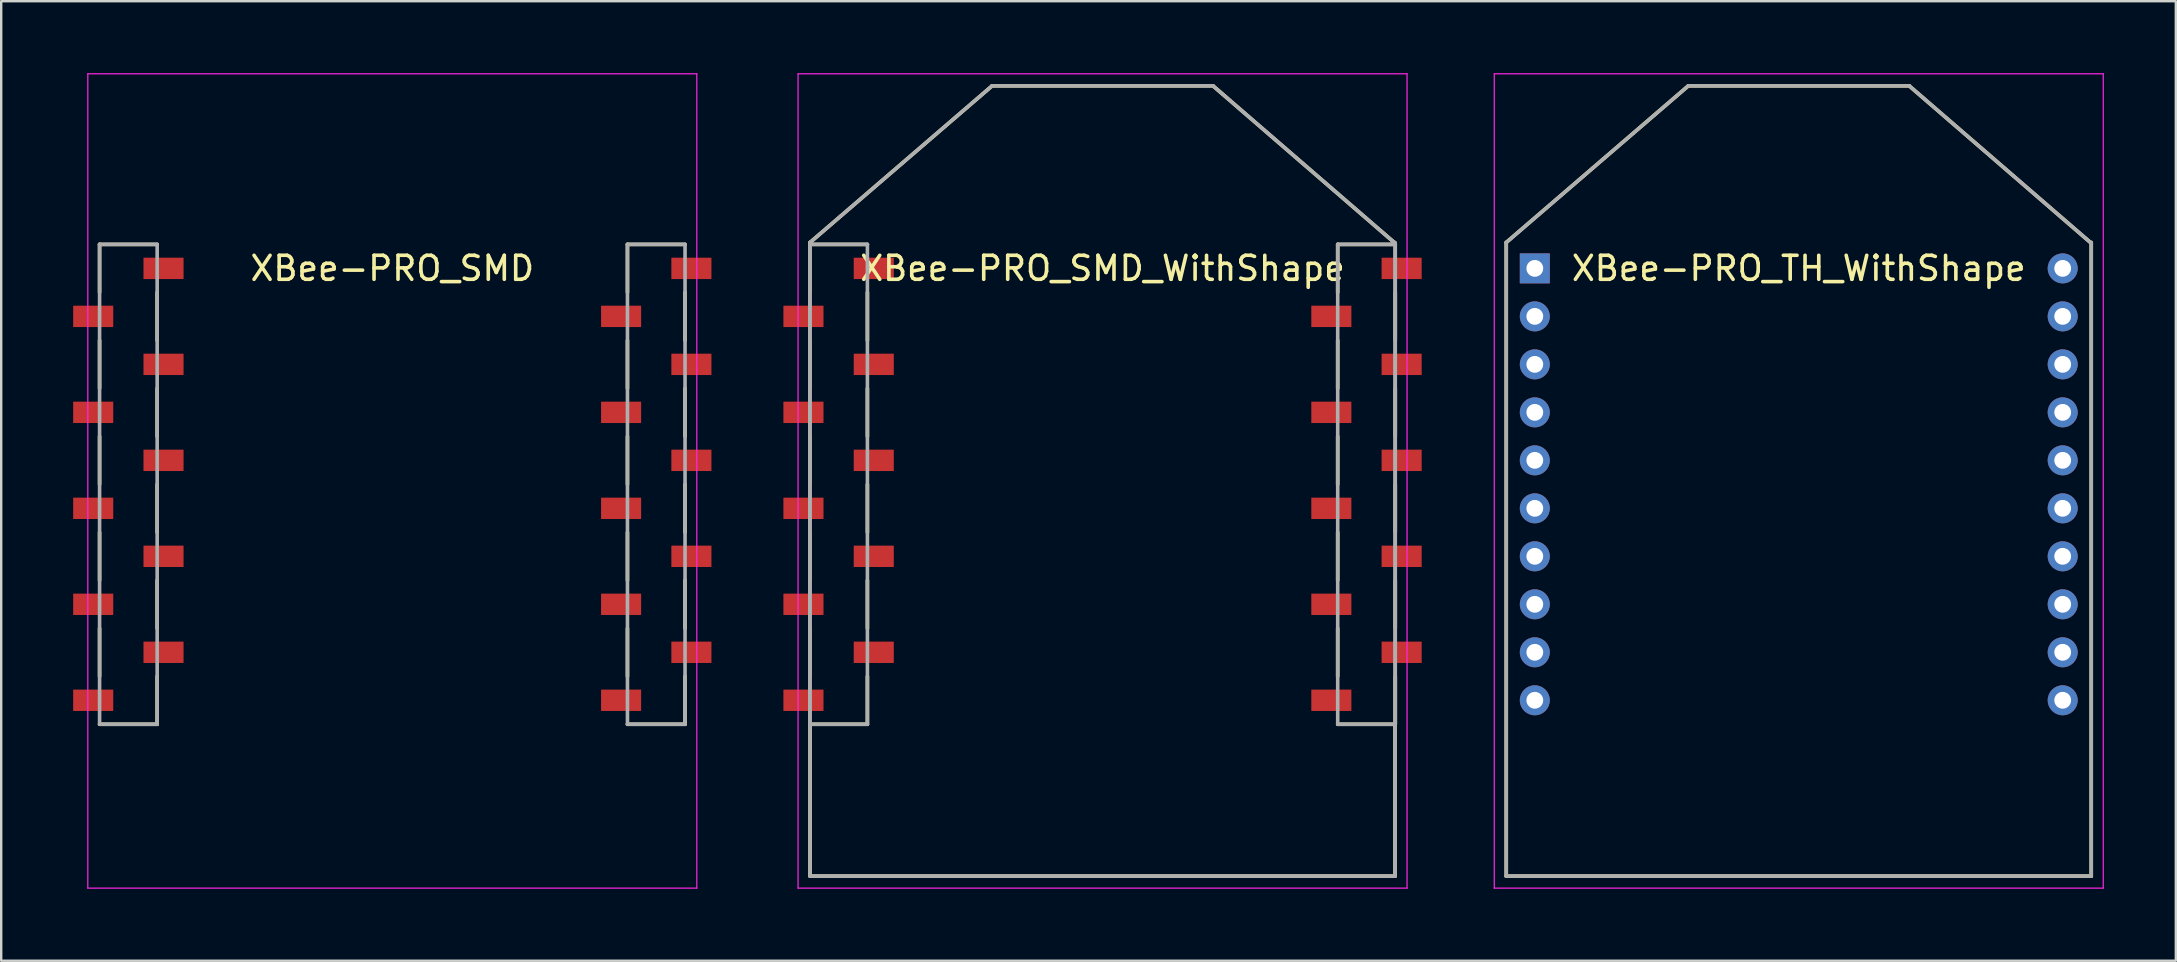
<source format=kicad_pcb>
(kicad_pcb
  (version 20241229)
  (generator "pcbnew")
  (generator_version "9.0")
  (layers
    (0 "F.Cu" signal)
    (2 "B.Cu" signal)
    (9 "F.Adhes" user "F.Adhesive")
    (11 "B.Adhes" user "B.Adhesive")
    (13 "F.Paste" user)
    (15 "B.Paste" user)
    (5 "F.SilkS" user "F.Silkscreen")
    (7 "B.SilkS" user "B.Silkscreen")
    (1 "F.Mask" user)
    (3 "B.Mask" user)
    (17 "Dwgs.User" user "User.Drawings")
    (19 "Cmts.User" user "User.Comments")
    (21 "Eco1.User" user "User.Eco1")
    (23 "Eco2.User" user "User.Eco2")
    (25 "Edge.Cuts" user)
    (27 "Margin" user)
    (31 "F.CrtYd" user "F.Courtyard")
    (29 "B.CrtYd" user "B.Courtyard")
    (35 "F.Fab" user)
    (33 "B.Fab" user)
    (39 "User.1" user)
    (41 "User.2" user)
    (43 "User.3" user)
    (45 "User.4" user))
  (footprint "XBee-PRO_SMD_WithShape"
    (layer "F.Cu")
    (at 42.9 17.135)
    (property "Reference" "XBee-PRO_SMD_WithShape" (at 0 -9 0) (layer "F.SilkS") (effects (font (size 1 1) (thickness 0.15))))
    (attr smd)
    (fp_line (start -12.2 -10) (end -12.2 -8) (stroke (width 0.15) (type solid)) (layer "F.SilkS"))
    (fp_line (start -12.2 -6) (end -12.2 -4) (stroke (width 0.15) (type solid)) (layer "F.SilkS"))
    (fp_line (start -12.2 -2) (end -12.2 0) (stroke (width 0.15) (type solid)) (layer "F.SilkS"))
    (fp_line (start -12.2 2) (end -12.2 4) (stroke (width 0.15) (type solid)) (layer "F.SilkS"))
    (fp_line (start -12.2 6) (end -12.2 8) (stroke (width 0.15) (type solid)) (layer "F.SilkS"))
    (fp_line (start -12.19 -10.08) (end -12.19 -10) (stroke (width 0.15) (type solid)) (layer "F.SilkS"))
    (fp_line (start -12.19 10) (end -12.19 16.33) (stroke (width 0.15) (type solid)) (layer "F.SilkS"))
    (fp_line (start -12.19 16.33) (end 12.19 16.33) (stroke (width 0.15) (type solid)) (layer "F.SilkS"))
    (fp_line (start -9.8 -10) (end -12.19 -10) (stroke (width 0.15) (type solid)) (layer "F.SilkS"))
    (fp_line (start -9.8 -8) (end -9.8 -6) (stroke (width 0.15) (type solid)) (layer "F.SilkS"))
    (fp_line (start -9.8 -4) (end -9.8 -2) (stroke (width 0.15) (type solid)) (layer "F.SilkS"))
    (fp_line (start -9.8 0) (end -9.8 2) (stroke (width 0.15) (type solid)) (layer "F.SilkS"))
    (fp_line (start -9.8 4) (end -9.8 6) (stroke (width 0.15) (type solid)) (layer "F.SilkS"))
    (fp_line (start -9.8 8) (end -9.8 10) (stroke (width 0.15) (type solid)) (layer "F.SilkS"))
    (fp_line (start -9.8 10) (end -12.2 10) (stroke (width 0.15) (type solid)) (layer "F.SilkS"))
    (fp_line (start -4.6 -16.61) (end -12.19 -10.08) (stroke (width 0.15) (type solid)) (layer "F.SilkS"))
    (fp_line (start -4.6 -16.61) (end 4.6 -16.61) (stroke (width 0.15) (type solid)) (layer "F.SilkS"))
    (fp_line (start 4.6 -16.61) (end 12.19 -10.05) (stroke (width 0.15) (type solid)) (layer "F.SilkS"))
    (fp_line (start 9.8 -10) (end 9.8 -8) (stroke (width 0.15) (type solid)) (layer "F.SilkS"))
    (fp_line (start 9.8 -6) (end 9.8 -4) (stroke (width 0.15) (type solid)) (layer "F.SilkS"))
    (fp_line (start 9.8 -2) (end 9.8 0) (stroke (width 0.15) (type solid)) (layer "F.SilkS"))
    (fp_line (start 9.8 2) (end 9.8 4) (stroke (width 0.15) (type solid)) (layer "F.SilkS"))
    (fp_line (start 9.8 6) (end 9.8 8) (stroke (width 0.15) (type solid)) (layer "F.SilkS"))
    (fp_line (start 12.19 10) (end 9.8 10) (stroke (width 0.15) (type solid)) (layer "F.SilkS"))
    (fp_line (start 12.19 10) (end 12.19 16.33) (stroke (width 0.15) (type solid)) (layer "F.SilkS"))
    (fp_line (start 12.2 -10) (end 9.8 -10) (stroke (width 0.15) (type solid)) (layer "F.SilkS"))
    (fp_line (start 12.2 -8) (end 12.2 -6) (stroke (width 0.15) (type solid)) (layer "F.SilkS"))
    (fp_line (start 12.2 -4) (end 12.2 -2) (stroke (width 0.15) (type solid)) (layer "F.SilkS"))
    (fp_line (start 12.2 0) (end 12.2 2) (stroke (width 0.15) (type solid)) (layer "F.SilkS"))
    (fp_line (start 12.2 4) (end 12.2 6) (stroke (width 0.15) (type solid)) (layer "F.SilkS"))
    (fp_line (start 12.2 8) (end 12.2 10) (stroke (width 0.15) (type solid)) (layer "F.SilkS"))
    (fp_line (start -12.69 -17.11) (end -12.69 16.83) (stroke (width 0.05) (type solid)) (layer "F.CrtYd"))
    (fp_line (start -12.69 -17.11) (end 12.69 -17.11) (stroke (width 0.05) (type solid)) (layer "F.CrtYd"))
    (fp_line (start -12.69 16.83) (end 12.69 16.83) (stroke (width 0.05) (type solid)) (layer "F.CrtYd"))
    (fp_line (start 12.69 -17.11) (end 12.69 16.83) (stroke (width 0.05) (type solid)) (layer "F.CrtYd"))
    (fp_line (start -12.2 -10) (end -12.2 10) (stroke (width 0.15) (type solid)) (layer "F.Fab"))
    (fp_line (start -12.19 -10.08) (end -12.19 16.33) (stroke (width 0.15) (type solid)) (layer "F.Fab"))
    (fp_line (start -12.19 16.33) (end 12.19 16.33) (stroke (width 0.15) (type solid)) (layer "F.Fab"))
    (fp_line (start -9.8 -10) (end -12.2 -10) (stroke (width 0.15) (type solid)) (layer "F.Fab"))
    (fp_line (start -9.8 -10) (end -9.8 10) (stroke (width 0.15) (type solid)) (layer "F.Fab"))
    (fp_line (start -9.8 10) (end -12.2 10) (stroke (width 0.15) (type solid)) (layer "F.Fab"))
    (fp_line (start -4.6 -16.61) (end -12.19 -10.08) (stroke (width 0.15) (type solid)) (layer "F.Fab"))
    (fp_line (start -4.6 -16.61) (end 4.6 -16.61) (stroke (width 0.15) (type solid)) (layer "F.Fab"))
    (fp_line (start 4.6 -16.61) (end 12.19 -10.05) (stroke (width 0.15) (type solid)) (layer "F.Fab"))
    (fp_line (start 9.8 -10) (end 9.8 10) (stroke (width 0.15) (type solid)) (layer "F.Fab"))
    (fp_line (start 12.19 -10.08) (end 12.19 16.33) (stroke (width 0.15) (type solid)) (layer "F.Fab"))
    (fp_line (start 12.2 -10) (end 9.8 -10) (stroke (width 0.15) (type solid)) (layer "F.Fab"))
    (fp_line (start 12.2 -10) (end 12.2 10) (stroke (width 0.15) (type solid)) (layer "F.Fab"))
    (fp_line (start 12.2 10) (end 9.8 10) (stroke (width 0.15) (type solid)) (layer "F.Fab"))
    (pad "1" smd rect (at -9.535 -9 270) (size 0.89 1.67) (layers "F.Cu" "F.Mask" "F.Paste"))
    (pad "2" smd rect (at -12.465 -7 270) (size 0.89 1.67) (layers "F.Cu" "F.Mask" "F.Paste"))
    (pad "3" smd rect (at -9.535 -5 270) (size 0.89 1.67) (layers "F.Cu" "F.Mask" "F.Paste"))
    (pad "4" smd rect (at -12.465 -3 270) (size 0.89 1.67) (layers "F.Cu" "F.Mask" "F.Paste"))
    (pad "5" smd rect (at -9.535 -1 270) (size 0.89 1.67) (layers "F.Cu" "F.Mask" "F.Paste"))
    (pad "6" smd rect (at -12.465 1 270) (size 0.89 1.67) (layers "F.Cu" "F.Mask" "F.Paste"))
    (pad "7" smd rect (at -9.535 3 270) (size 0.89 1.67) (layers "F.Cu" "F.Mask" "F.Paste"))
    (pad "8" smd rect (at -12.465 5 270) (size 0.89 1.67) (layers "F.Cu" "F.Mask" "F.Paste"))
    (pad "9" smd rect (at -9.535 7 270) (size 0.89 1.67) (layers "F.Cu" "F.Mask" "F.Paste"))
    (pad "10" smd rect (at -12.465 9 270) (size 0.89 1.67) (layers "F.Cu" "F.Mask" "F.Paste"))
    (pad "11" smd rect (at 9.535 9 270) (size 0.89 1.67) (layers "F.Cu" "F.Mask" "F.Paste"))
    (pad "12" smd rect (at 12.465 7 270) (size 0.89 1.67) (layers "F.Cu" "F.Mask" "F.Paste"))
    (pad "13" smd rect (at 9.535 5 270) (size 0.89 1.67) (layers "F.Cu" "F.Mask" "F.Paste"))
    (pad "14" smd rect (at 12.465 3 270) (size 0.89 1.67) (layers "F.Cu" "F.Mask" "F.Paste"))
    (pad "15" smd rect (at 9.535 1 270) (size 0.89 1.67) (layers "F.Cu" "F.Mask" "F.Paste"))
    (pad "16" smd rect (at 12.465 -1 270) (size 0.89 1.67) (layers "F.Cu" "F.Mask" "F.Paste"))
    (pad "17" smd rect (at 9.535 -3 270) (size 0.89 1.67) (layers "F.Cu" "F.Mask" "F.Paste"))
    (pad "18" smd rect (at 12.465 -5 270) (size 0.89 1.67) (layers "F.Cu" "F.Mask" "F.Paste"))
    (pad "19" smd rect (at 9.535 -7 270) (size 0.89 1.67) (layers "F.Cu" "F.Mask" "F.Paste"))
    (pad "20" smd rect (at 12.465 -9 270) (size 0.89 1.67) (layers "F.Cu" "F.Mask" "F.Paste")))
  (footprint "XBee-PRO_TH_WithShape"
    (layer "F.Cu")
    (at 71.915 17.135)
    (property "Reference" "XBee-PRO_TH_WithShape" (at 0 -9 0) (layer "F.SilkS") (effects (font (size 1 1) (thickness 0.15))))
    (attr smd)
    (fp_line (start -12.19 -10.08) (end -12.19 16.33) (stroke (width 0.15) (type solid)) (layer "F.SilkS"))
    (fp_line (start -12.19 16.33) (end 12.19 16.33) (stroke (width 0.15) (type solid)) (layer "F.SilkS"))
    (fp_line (start -4.6 -16.61) (end -12.19 -10.08) (stroke (width 0.15) (type solid)) (layer "F.SilkS"))
    (fp_line (start -4.6 -16.61) (end 4.6 -16.61) (stroke (width 0.15) (type solid)) (layer "F.SilkS"))
    (fp_line (start 4.6 -16.61) (end 12.19 -10.05) (stroke (width 0.15) (type solid)) (layer "F.SilkS"))
    (fp_line (start 12.19 -10.08) (end 12.19 16.33) (stroke (width 0.15) (type solid)) (layer "F.SilkS"))
    (fp_line (start -12.69 -17.11) (end -12.69 16.83) (stroke (width 0.05) (type solid)) (layer "F.CrtYd"))
    (fp_line (start -12.69 -17.11) (end 12.69 -17.11) (stroke (width 0.05) (type solid)) (layer "F.CrtYd"))
    (fp_line (start -12.69 16.83) (end 12.69 16.83) (stroke (width 0.05) (type solid)) (layer "F.CrtYd"))
    (fp_line (start 12.69 -17.11) (end 12.69 16.83) (stroke (width 0.05) (type solid)) (layer "F.CrtYd"))
    (fp_line (start -12.19 -10.08) (end -12.19 16.33) (stroke (width 0.15) (type solid)) (layer "F.Fab"))
    (fp_line (start -12.19 16.33) (end 12.19 16.33) (stroke (width 0.15) (type solid)) (layer "F.Fab"))
    (fp_line (start -4.6 -16.61) (end -12.19 -10.08) (stroke (width 0.15) (type solid)) (layer "F.Fab"))
    (fp_line (start -4.6 -16.61) (end 4.6 -16.61) (stroke (width 0.15) (type solid)) (layer "F.Fab"))
    (fp_line (start 4.6 -16.61) (end 12.19 -10.05) (stroke (width 0.15) (type solid)) (layer "F.Fab"))
    (fp_line (start 12.19 -10.08) (end 12.19 16.33) (stroke (width 0.15) (type solid)) (layer "F.Fab"))
    (pad "1" thru_hole rect (at -11 -9) (size 1.25 1.25) (drill 0.7) (layers "*.Cu" "*.Mask"))
    (pad "2" thru_hole circle (at -11 -7) (size 1.25 1.25) (drill 0.7) (layers "*.Cu" "*.Mask"))
    (pad "3" thru_hole circle (at -11 -5) (size 1.25 1.25) (drill 0.7) (layers "*.Cu" "*.Mask"))
    (pad "4" thru_hole circle (at -11 -3) (size 1.25 1.25) (drill 0.7) (layers "*.Cu" "*.Mask"))
    (pad "5" thru_hole circle (at -11 -1) (size 1.25 1.25) (drill 0.7) (layers "*.Cu" "*.Mask"))
    (pad "6" thru_hole circle (at -11 1) (size 1.25 1.25) (drill 0.7) (layers "*.Cu" "*.Mask"))
    (pad "7" thru_hole circle (at -11 3) (size 1.25 1.25) (drill 0.7) (layers "*.Cu" "*.Mask"))
    (pad "8" thru_hole circle (at -11 5) (size 1.25 1.25) (drill 0.7) (layers "*.Cu" "*.Mask"))
    (pad "9" thru_hole circle (at -11 7) (size 1.25 1.25) (drill 0.7) (layers "*.Cu" "*.Mask"))
    (pad "10" thru_hole circle (at -11 9) (size 1.25 1.25) (drill 0.7) (layers "*.Cu" "*.Mask"))
    (pad "11" thru_hole circle (at 11 9) (size 1.25 1.25) (drill 0.7) (layers "*.Cu" "*.Mask"))
    (pad "12" thru_hole circle (at 11 7) (size 1.25 1.25) (drill 0.7) (layers "*.Cu" "*.Mask"))
    (pad "13" thru_hole circle (at 11 5) (size 1.25 1.25) (drill 0.7) (layers "*.Cu" "*.Mask"))
    (pad "14" thru_hole circle (at 11 3) (size 1.25 1.25) (drill 0.7) (layers "*.Cu" "*.Mask"))
    (pad "15" thru_hole circle (at 11 1) (size 1.25 1.25) (drill 0.7) (layers "*.Cu" "*.Mask"))
    (pad "16" thru_hole circle (at 11 -1) (size 1.25 1.25) (drill 0.7) (layers "*.Cu" "*.Mask"))
    (pad "17" thru_hole circle (at 11 -3) (size 1.25 1.25) (drill 0.7) (layers "*.Cu" "*.Mask"))
    (pad "18" thru_hole circle (at 11 -5) (size 1.25 1.25) (drill 0.7) (layers "*.Cu" "*.Mask"))
    (pad "19" thru_hole circle (at 11 -7) (size 1.25 1.25) (drill 0.7) (layers "*.Cu" "*.Mask"))
    (pad "20" thru_hole circle (at 11 -9) (size 1.25 1.25) (drill 0.7) (layers "*.Cu" "*.Mask")))
  (footprint "XBee-PRO_SMD"
    (layer "F.Cu")
    (at 13.3 17.135)
    (property "Reference" "XBee-PRO_SMD" (at 0 -9 0) (layer "F.SilkS") (effects (font (size 1 1) (thickness 0.15))))
    (attr smd)
    (fp_line (start -12.2 -10) (end -12.2 -8) (stroke (width 0.15) (type solid)) (layer "F.SilkS"))
    (fp_line (start -12.2 -6) (end -12.2 -4) (stroke (width 0.15) (type solid)) (layer "F.SilkS"))
    (fp_line (start -12.2 -2) (end -12.2 0) (stroke (width 0.15) (type solid)) (layer "F.SilkS"))
    (fp_line (start -12.2 2) (end -12.2 4) (stroke (width 0.15) (type solid)) (layer "F.SilkS"))
    (fp_line (start -12.2 6) (end -12.2 8) (stroke (width 0.15) (type solid)) (layer "F.SilkS"))
    (fp_line (start -9.8 -10) (end -12.2 -10) (stroke (width 0.15) (type solid)) (layer "F.SilkS"))
    (fp_line (start -9.8 -8) (end -9.8 -6) (stroke (width 0.15) (type solid)) (layer "F.SilkS"))
    (fp_line (start -9.8 -4) (end -9.8 -2) (stroke (width 0.15) (type solid)) (layer "F.SilkS"))
    (fp_line (start -9.8 0) (end -9.8 2) (stroke (width 0.15) (type solid)) (layer "F.SilkS"))
    (fp_line (start -9.8 4) (end -9.8 6) (stroke (width 0.15) (type solid)) (layer "F.SilkS"))
    (fp_line (start -9.8 8) (end -9.8 10) (stroke (width 0.15) (type solid)) (layer "F.SilkS"))
    (fp_line (start -9.8 10) (end -12.2 10) (stroke (width 0.15) (type solid)) (layer "F.SilkS"))
    (fp_line (start 9.8 -10) (end 9.8 -8) (stroke (width 0.15) (type solid)) (layer "F.SilkS"))
    (fp_line (start 9.8 -6) (end 9.8 -4) (stroke (width 0.15) (type solid)) (layer "F.SilkS"))
    (fp_line (start 9.8 -2) (end 9.8 0) (stroke (width 0.15) (type solid)) (layer "F.SilkS"))
    (fp_line (start 9.8 2) (end 9.8 4) (stroke (width 0.15) (type solid)) (layer "F.SilkS"))
    (fp_line (start 9.8 6) (end 9.8 8) (stroke (width 0.15) (type solid)) (layer "F.SilkS"))
    (fp_line (start 12.2 -10) (end 9.8 -10) (stroke (width 0.15) (type solid)) (layer "F.SilkS"))
    (fp_line (start 12.2 -8) (end 12.2 -6) (stroke (width 0.15) (type solid)) (layer "F.SilkS"))
    (fp_line (start 12.2 -4) (end 12.2 -2) (stroke (width 0.15) (type solid)) (layer "F.SilkS"))
    (fp_line (start 12.2 0) (end 12.2 2) (stroke (width 0.15) (type solid)) (layer "F.SilkS"))
    (fp_line (start 12.2 4) (end 12.2 6) (stroke (width 0.15) (type solid)) (layer "F.SilkS"))
    (fp_line (start 12.2 8) (end 12.2 10) (stroke (width 0.15) (type solid)) (layer "F.SilkS"))
    (fp_line (start 12.2 10) (end 9.8 10) (stroke (width 0.15) (type solid)) (layer "F.SilkS"))
    (fp_line (start -12.69 -17.11) (end -12.69 16.83) (stroke (width 0.05) (type solid)) (layer "F.CrtYd"))
    (fp_line (start -12.69 -17.11) (end 12.69 -17.11) (stroke (width 0.05) (type solid)) (layer "F.CrtYd"))
    (fp_line (start -12.69 16.83) (end 12.69 16.83) (stroke (width 0.05) (type solid)) (layer "F.CrtYd"))
    (fp_line (start 12.69 -17.11) (end 12.69 16.83) (stroke (width 0.05) (type solid)) (layer "F.CrtYd"))
    (fp_line (start -12.2 -10) (end -12.2 10) (stroke (width 0.15) (type solid)) (layer "F.Fab"))
    (fp_line (start -9.8 -10) (end -12.2 -10) (stroke (width 0.15) (type solid)) (layer "F.Fab"))
    (fp_line (start -9.8 -10) (end -9.8 10) (stroke (width 0.15) (type solid)) (layer "F.Fab"))
    (fp_line (start -9.8 10) (end -12.2 10) (stroke (width 0.15) (type solid)) (layer "F.Fab"))
    (fp_line (start 9.8 -10) (end 9.8 10) (stroke (width 0.15) (type solid)) (layer "F.Fab"))
    (fp_line (start 12.2 -10) (end 9.8 -10) (stroke (width 0.15) (type solid)) (layer "F.Fab"))
    (fp_line (start 12.2 -10) (end 12.2 10) (stroke (width 0.15) (type solid)) (layer "F.Fab"))
    (fp_line (start 12.2 10) (end 9.8 10) (stroke (width 0.15) (type solid)) (layer "F.Fab"))
    (pad "1" smd rect (at -9.535 -9 270) (size 0.89 1.67) (layers "F.Cu" "F.Mask" "F.Paste"))
    (pad "2" smd rect (at -12.465 -7 270) (size 0.89 1.67) (layers "F.Cu" "F.Mask" "F.Paste"))
    (pad "3" smd rect (at -9.535 -5 270) (size 0.89 1.67) (layers "F.Cu" "F.Mask" "F.Paste"))
    (pad "4" smd rect (at -12.465 -3 270) (size 0.89 1.67) (layers "F.Cu" "F.Mask" "F.Paste"))
    (pad "5" smd rect (at -9.535 -1 270) (size 0.89 1.67) (layers "F.Cu" "F.Mask" "F.Paste"))
    (pad "6" smd rect (at -12.465 1 270) (size 0.89 1.67) (layers "F.Cu" "F.Mask" "F.Paste"))
    (pad "7" smd rect (at -9.535 3 270) (size 0.89 1.67) (layers "F.Cu" "F.Mask" "F.Paste"))
    (pad "8" smd rect (at -12.465 5 270) (size 0.89 1.67) (layers "F.Cu" "F.Mask" "F.Paste"))
    (pad "9" smd rect (at -9.535 7 270) (size 0.89 1.67) (layers "F.Cu" "F.Mask" "F.Paste"))
    (pad "10" smd rect (at -12.465 9 270) (size 0.89 1.67) (layers "F.Cu" "F.Mask" "F.Paste"))
    (pad "11" smd rect (at 9.535 9 270) (size 0.89 1.67) (layers "F.Cu" "F.Mask" "F.Paste"))
    (pad "12" smd rect (at 12.465 7 270) (size 0.89 1.67) (layers "F.Cu" "F.Mask" "F.Paste"))
    (pad "13" smd rect (at 9.535 5 270) (size 0.89 1.67) (layers "F.Cu" "F.Mask" "F.Paste"))
    (pad "14" smd rect (at 12.465 3 270) (size 0.89 1.67) (layers "F.Cu" "F.Mask" "F.Paste"))
    (pad "15" smd rect (at 9.535 1 270) (size 0.89 1.67) (layers "F.Cu" "F.Mask" "F.Paste"))
    (pad "16" smd rect (at 12.465 -1 270) (size 0.89 1.67) (layers "F.Cu" "F.Mask" "F.Paste"))
    (pad "17" smd rect (at 9.535 -3 270) (size 0.89 1.67) (layers "F.Cu" "F.Mask" "F.Paste"))
    (pad "18" smd rect (at 12.465 -5 270) (size 0.89 1.67) (layers "F.Cu" "F.Mask" "F.Paste"))
    (pad "19" smd rect (at 9.535 -7 270) (size 0.89 1.67) (layers "F.Cu" "F.Mask" "F.Paste"))
    (pad "20" smd rect (at 12.465 -9 270) (size 0.89 1.67) (layers "F.Cu" "F.Mask" "F.Paste")))
  (gr_rect
    (start -3 -3)
    (end 87.63 36.99)
    (stroke (width 0.1) (type default))
    (fill no)
    (layer "Edge.Cuts")))
</source>
